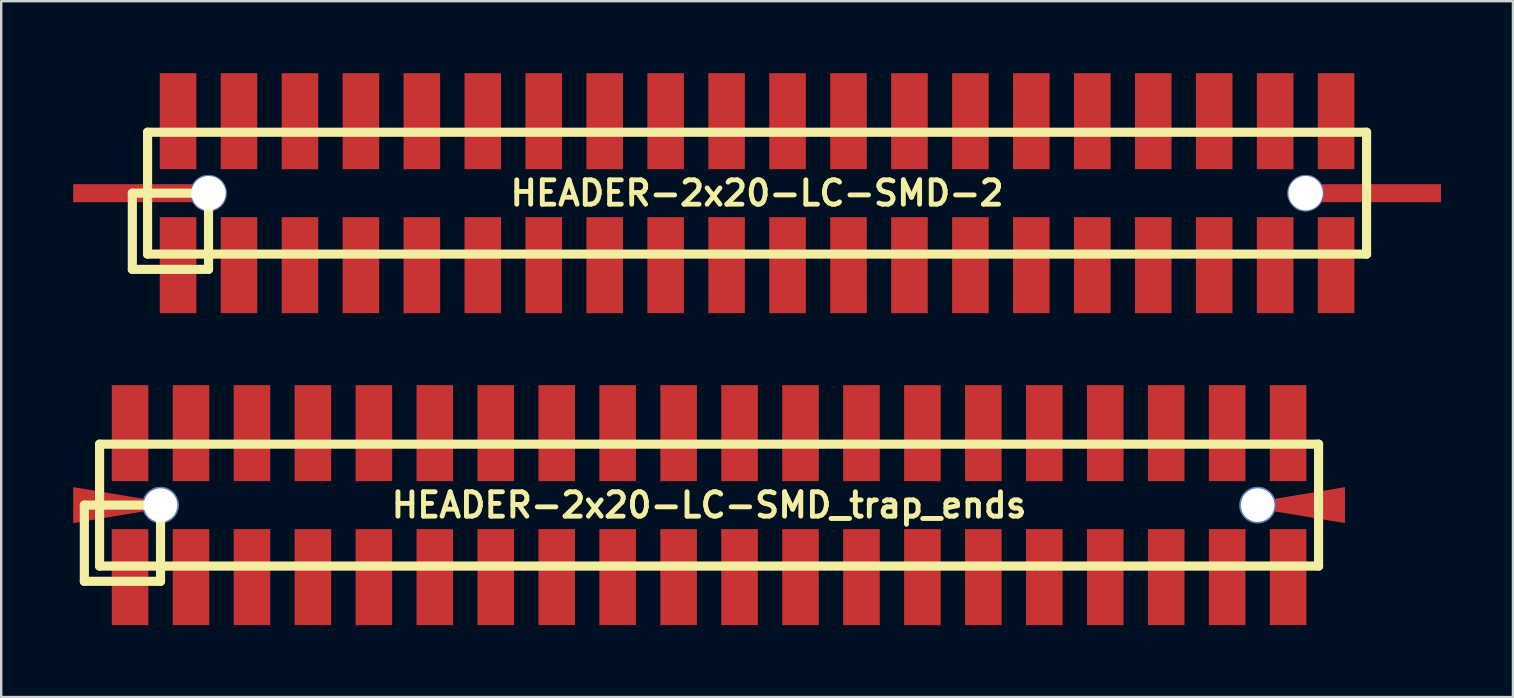
<source format=kicad_pcb>
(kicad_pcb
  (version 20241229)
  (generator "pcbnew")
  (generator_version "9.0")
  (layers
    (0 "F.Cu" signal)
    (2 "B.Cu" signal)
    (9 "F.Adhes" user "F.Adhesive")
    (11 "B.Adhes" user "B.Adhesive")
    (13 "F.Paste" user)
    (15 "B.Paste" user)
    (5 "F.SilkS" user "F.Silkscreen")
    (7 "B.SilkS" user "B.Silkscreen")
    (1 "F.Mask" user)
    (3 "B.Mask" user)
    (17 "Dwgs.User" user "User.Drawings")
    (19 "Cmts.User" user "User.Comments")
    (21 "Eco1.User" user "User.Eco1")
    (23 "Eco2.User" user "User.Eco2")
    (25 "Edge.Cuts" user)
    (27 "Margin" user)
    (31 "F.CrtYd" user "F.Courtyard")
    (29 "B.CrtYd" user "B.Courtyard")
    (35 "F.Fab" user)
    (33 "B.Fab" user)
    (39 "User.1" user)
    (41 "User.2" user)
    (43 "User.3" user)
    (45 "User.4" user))
  (footprint "HEADER-2x20-LC-SMD_trap_ends"
    (layer "F.Cu")
    (at 26.5 18)
    (property "Reference" "HEADER-2x20-LC-SMD_trap_ends" (at 0 0 0) (layer "F.SilkS") (effects (font (size 1.016 1.016) (thickness 0.203))))
    (attr through_hole)
    (fp_line (start -26.035 0) (end -26.035 3.175) (stroke (width 0.381) (type solid)) (layer "F.SilkS"))
    (fp_line (start -26.035 3.175) (end -22.86 3.175) (stroke (width 0.381) (type solid)) (layer "F.SilkS"))
    (fp_line (start -25.4 -2.54) (end 25.4 -2.54) (stroke (width 0.381) (type solid)) (layer "F.SilkS"))
    (fp_line (start -25.4 2.54) (end -25.4 -2.54) (stroke (width 0.381) (type solid)) (layer "F.SilkS"))
    (fp_line (start -22.86 0) (end -26.035 0) (stroke (width 0.381) (type solid)) (layer "F.SilkS"))
    (fp_line (start -22.86 3.175) (end -22.86 0) (stroke (width 0.381) (type solid)) (layer "F.SilkS"))
    (fp_line (start 25.4 -2.54) (end 25.4 2.54) (stroke (width 0.381) (type solid)) (layer "F.SilkS"))
    (fp_line (start 25.4 2.54) (end -25.4 2.54) (stroke (width 0.381) (type solid)) (layer "F.SilkS"))
    (pad "0" smd trapezoid (at -25 0) (size 3 1) (rect_delta 0.5 0) (layers "F.Cu" "F.Mask" "F.Paste"))
    (pad "1" smd rect (at -24.13 3) (size 1.524 4) (layers "F.Cu" "F.Mask" "F.Paste"))
    (pad "2" smd rect (at -24.13 -3) (size 1.524 4) (layers "F.Cu" "F.Mask" "F.Paste"))
    (pad "3" smd rect (at -21.59 3) (size 1.524 4) (layers "F.Cu" "F.Mask" "F.Paste"))
    (pad "4" smd rect (at -21.59 -3) (size 1.524 4) (layers "F.Cu" "F.Mask" "F.Paste"))
    (pad "5" smd rect (at -19.05 3) (size 1.524 4) (layers "F.Cu" "F.Mask" "F.Paste"))
    (pad "6" smd rect (at -19.05 -3) (size 1.524 4) (layers "F.Cu" "F.Mask" "F.Paste"))
    (pad "7" smd rect (at -16.51 3) (size 1.524 4) (layers "F.Cu" "F.Mask" "F.Paste"))
    (pad "8" smd rect (at -16.51 -3) (size 1.524 4) (layers "F.Cu" "F.Mask" "F.Paste"))
    (pad "9" smd rect (at -13.97 3) (size 1.524 4) (layers "F.Cu" "F.Mask" "F.Paste"))
    (pad "10" smd rect (at -13.97 -3) (size 1.524 4) (layers "F.Cu" "F.Mask" "F.Paste"))
    (pad "11" smd rect (at -11.43 3) (size 1.524 4) (layers "F.Cu" "F.Mask" "F.Paste"))
    (pad "12" smd rect (at -11.43 -3) (size 1.524 4) (layers "F.Cu" "F.Mask" "F.Paste"))
    (pad "13" smd rect (at -8.89 3) (size 1.524 4) (layers "F.Cu" "F.Mask" "F.Paste"))
    (pad "14" smd rect (at -8.89 -3) (size 1.524 4) (layers "F.Cu" "F.Mask" "F.Paste"))
    (pad "15" smd rect (at -6.35 3) (size 1.524 4) (layers "F.Cu" "F.Mask" "F.Paste"))
    (pad "16" smd rect (at -6.35 -3) (size 1.524 4) (layers "F.Cu" "F.Mask" "F.Paste"))
    (pad "17" smd rect (at -3.81 3) (size 1.524 4) (layers "F.Cu" "F.Mask" "F.Paste"))
    (pad "18" smd rect (at -3.81 -3) (size 1.524 4) (layers "F.Cu" "F.Mask" "F.Paste"))
    (pad "19" smd rect (at -1.27 3) (size 1.524 4) (layers "F.Cu" "F.Mask" "F.Paste"))
    (pad "20" smd rect (at -1.27 -3) (size 1.524 4) (layers "F.Cu" "F.Mask" "F.Paste"))
    (pad "21" smd rect (at 1.27 3) (size 1.524 4) (layers "F.Cu" "F.Mask" "F.Paste"))
    (pad "22" smd rect (at 1.27 -3) (size 1.524 4) (layers "F.Cu" "F.Mask" "F.Paste"))
    (pad "23" smd rect (at 3.81 3) (size 1.524 4) (layers "F.Cu" "F.Mask" "F.Paste"))
    (pad "24" smd rect (at 3.81 -3) (size 1.524 4) (layers "F.Cu" "F.Mask" "F.Paste"))
    (pad "25" smd rect (at 6.35 3) (size 1.524 4) (layers "F.Cu" "F.Mask" "F.Paste"))
    (pad "26" smd rect (at 6.35 -3) (size 1.524 4) (layers "F.Cu" "F.Mask" "F.Paste"))
    (pad "27" smd rect (at 8.89 3) (size 1.524 4) (layers "F.Cu" "F.Mask" "F.Paste"))
    (pad "28" smd rect (at 8.89 -3) (size 1.524 4) (layers "F.Cu" "F.Mask" "F.Paste"))
    (pad "29" smd rect (at 11.43 3) (size 1.524 4) (layers "F.Cu" "F.Mask" "F.Paste"))
    (pad "30" smd rect (at 11.43 -3) (size 1.524 4) (layers "F.Cu" "F.Mask" "F.Paste"))
    (pad "31" smd rect (at 13.97 3) (size 1.524 4) (layers "F.Cu" "F.Mask" "F.Paste"))
    (pad "32" smd rect (at 13.97 -3) (size 1.524 4) (layers "F.Cu" "F.Mask" "F.Paste"))
    (pad "33" smd rect (at 16.51 3) (size 1.524 4) (layers "F.Cu" "F.Mask" "F.Paste"))
    (pad "34" smd rect (at 16.51 -3) (size 1.524 4) (layers "F.Cu" "F.Mask" "F.Paste"))
    (pad "35" smd rect (at 19.05 3) (size 1.524 4) (layers "F.Cu" "F.Mask" "F.Paste"))
    (pad "36" smd rect (at 19.05 -3) (size 1.524 4) (layers "F.Cu" "F.Mask" "F.Paste"))
    (pad "37" smd rect (at 21.59 3) (size 1.524 4) (layers "F.Cu" "F.Mask" "F.Paste"))
    (pad "38" smd rect (at 21.59 -3) (size 1.524 4) (layers "F.Cu" "F.Mask" "F.Paste"))
    (pad "39" smd rect (at 24.13 3) (size 1.524 4) (layers "F.Cu" "F.Mask" "F.Paste"))
    (pad "40" smd rect (at 24.13 -3) (size 1.524 4) (layers "F.Cu" "F.Mask" "F.Paste"))
    (pad "e" smd trapezoid (at 25 0) (size 3 1) (rect_delta -0.5 0) (layers "F.Cu" "F.Mask" "F.Paste"))
    (pad "mnt" thru_hole circle (at -22.86 0) (size 1.524 1.524) (drill 1.4) (layers "*.Cu" "*.Mask"))
    (pad "mnt" thru_hole circle (at 22.86 0) (size 1.524 1.524) (drill 1.4) (layers "*.Cu" "*.Mask")))
  (footprint "HEADER-2x20-LC-SMD-2"
    (layer "F.Cu")
    (at 28.5 5)
    (property "Reference" "HEADER-2x20-LC-SMD-2" (at 0 0 0) (layer "F.SilkS") (effects (font (size 1.016 1.016) (thickness 0.203))))
    (attr through_hole)
    (fp_line (start -26.035 0) (end -26.035 3.175) (stroke (width 0.381) (type solid)) (layer "F.SilkS"))
    (fp_line (start -26.035 3.175) (end -22.86 3.175) (stroke (width 0.381) (type solid)) (layer "F.SilkS"))
    (fp_line (start -25.4 -2.54) (end 25.4 -2.54) (stroke (width 0.381) (type solid)) (layer "F.SilkS"))
    (fp_line (start -25.4 2.54) (end -25.4 -2.54) (stroke (width 0.381) (type solid)) (layer "F.SilkS"))
    (fp_line (start -22.86 0) (end -26.035 0) (stroke (width 0.381) (type solid)) (layer "F.SilkS"))
    (fp_line (start -22.86 3.175) (end -22.86 0) (stroke (width 0.381) (type solid)) (layer "F.SilkS"))
    (fp_line (start 25.4 -2.54) (end 25.4 2.54) (stroke (width 0.381) (type solid)) (layer "F.SilkS"))
    (fp_line (start 25.4 2.54) (end -25.4 2.54) (stroke (width 0.381) (type solid)) (layer "F.SilkS"))
    (pad "1" smd rect (at -24.13 3) (size 1.524 4) (layers "F.Cu" "F.Mask" "F.Paste"))
    (pad "1" smd rect (at 26 0) (size 5 0.75) (layers "F.Cu" "F.Mask" "F.Paste"))
    (pad "2" smd rect (at -26 0) (size 5 0.75) (layers "F.Cu" "F.Mask" "F.Paste"))
    (pad "2" smd rect (at -24.13 -3) (size 1.524 4) (layers "F.Cu" "F.Mask" "F.Paste"))
    (pad "3" smd rect (at -21.59 3) (size 1.524 4) (layers "F.Cu" "F.Mask" "F.Paste"))
    (pad "4" smd rect (at -21.59 -3) (size 1.524 4) (layers "F.Cu" "F.Mask" "F.Paste"))
    (pad "5" smd rect (at -19.05 3) (size 1.524 4) (layers "F.Cu" "F.Mask" "F.Paste"))
    (pad "6" smd rect (at -19.05 -3) (size 1.524 4) (layers "F.Cu" "F.Mask" "F.Paste"))
    (pad "7" smd rect (at -16.51 3) (size 1.524 4) (layers "F.Cu" "F.Mask" "F.Paste"))
    (pad "8" smd rect (at -16.51 -3) (size 1.524 4) (layers "F.Cu" "F.Mask" "F.Paste"))
    (pad "9" smd rect (at -13.97 3) (size 1.524 4) (layers "F.Cu" "F.Mask" "F.Paste"))
    (pad "10" smd rect (at -13.97 -3) (size 1.524 4) (layers "F.Cu" "F.Mask" "F.Paste"))
    (pad "11" smd rect (at -11.43 3) (size 1.524 4) (layers "F.Cu" "F.Mask" "F.Paste"))
    (pad "12" smd rect (at -11.43 -3) (size 1.524 4) (layers "F.Cu" "F.Mask" "F.Paste"))
    (pad "13" smd rect (at -8.89 3) (size 1.524 4) (layers "F.Cu" "F.Mask" "F.Paste"))
    (pad "14" smd rect (at -8.89 -3) (size 1.524 4) (layers "F.Cu" "F.Mask" "F.Paste"))
    (pad "15" smd rect (at -6.35 3) (size 1.524 4) (layers "F.Cu" "F.Mask" "F.Paste"))
    (pad "16" smd rect (at -6.35 -3) (size 1.524 4) (layers "F.Cu" "F.Mask" "F.Paste"))
    (pad "17" smd rect (at -3.81 3) (size 1.524 4) (layers "F.Cu" "F.Mask" "F.Paste"))
    (pad "18" smd rect (at -3.81 -3) (size 1.524 4) (layers "F.Cu" "F.Mask" "F.Paste"))
    (pad "19" smd rect (at -1.27 3) (size 1.524 4) (layers "F.Cu" "F.Mask" "F.Paste"))
    (pad "20" smd rect (at -1.27 -3) (size 1.524 4) (layers "F.Cu" "F.Mask" "F.Paste"))
    (pad "21" smd rect (at 1.27 3) (size 1.524 4) (layers "F.Cu" "F.Mask" "F.Paste"))
    (pad "22" smd rect (at 1.27 -3) (size 1.524 4) (layers "F.Cu" "F.Mask" "F.Paste"))
    (pad "23" smd rect (at 3.81 3) (size 1.524 4) (layers "F.Cu" "F.Mask" "F.Paste"))
    (pad "24" smd rect (at 3.81 -3) (size 1.524 4) (layers "F.Cu" "F.Mask" "F.Paste"))
    (pad "25" smd rect (at 6.35 3) (size 1.524 4) (layers "F.Cu" "F.Mask" "F.Paste"))
    (pad "26" smd rect (at 6.35 -3) (size 1.524 4) (layers "F.Cu" "F.Mask" "F.Paste"))
    (pad "27" smd rect (at 8.89 3) (size 1.524 4) (layers "F.Cu" "F.Mask" "F.Paste"))
    (pad "28" smd rect (at 8.89 -3) (size 1.524 4) (layers "F.Cu" "F.Mask" "F.Paste"))
    (pad "29" smd rect (at 11.43 3) (size 1.524 4) (layers "F.Cu" "F.Mask" "F.Paste"))
    (pad "30" smd rect (at 11.43 -3) (size 1.524 4) (layers "F.Cu" "F.Mask" "F.Paste"))
    (pad "31" smd rect (at 13.97 3) (size 1.524 4) (layers "F.Cu" "F.Mask" "F.Paste"))
    (pad "32" smd rect (at 13.97 -3) (size 1.524 4) (layers "F.Cu" "F.Mask" "F.Paste"))
    (pad "33" smd rect (at 16.51 3) (size 1.524 4) (layers "F.Cu" "F.Mask" "F.Paste"))
    (pad "34" smd rect (at 16.51 -3) (size 1.524 4) (layers "F.Cu" "F.Mask" "F.Paste"))
    (pad "35" smd rect (at 19.05 3) (size 1.524 4) (layers "F.Cu" "F.Mask" "F.Paste"))
    (pad "36" smd rect (at 19.05 -3) (size 1.524 4) (layers "F.Cu" "F.Mask" "F.Paste"))
    (pad "37" smd rect (at 21.59 3) (size 1.524 4) (layers "F.Cu" "F.Mask" "F.Paste"))
    (pad "38" smd rect (at 21.59 -3) (size 1.524 4) (layers "F.Cu" "F.Mask" "F.Paste"))
    (pad "39" smd rect (at 24.13 3) (size 1.524 4) (layers "F.Cu" "F.Mask" "F.Paste"))
    (pad "40" smd rect (at 24.13 -3) (size 1.524 4) (layers "F.Cu" "F.Mask" "F.Paste"))
    (pad "mnt" thru_hole circle (at -22.86 0) (size 1.524 1.524) (drill 1.43) (layers "*.Cu" "*.Mask"))
    (pad "mnt" thru_hole circle (at 22.86 0) (size 1.524 1.524) (drill 1.43) (layers "*.Cu" "*.Mask")))
  (gr_rect
    (start -3 -3)
    (end 60 26)
    (stroke (width 0.1) (type default))
    (fill no)
    (layer "Edge.Cuts")))
</source>
